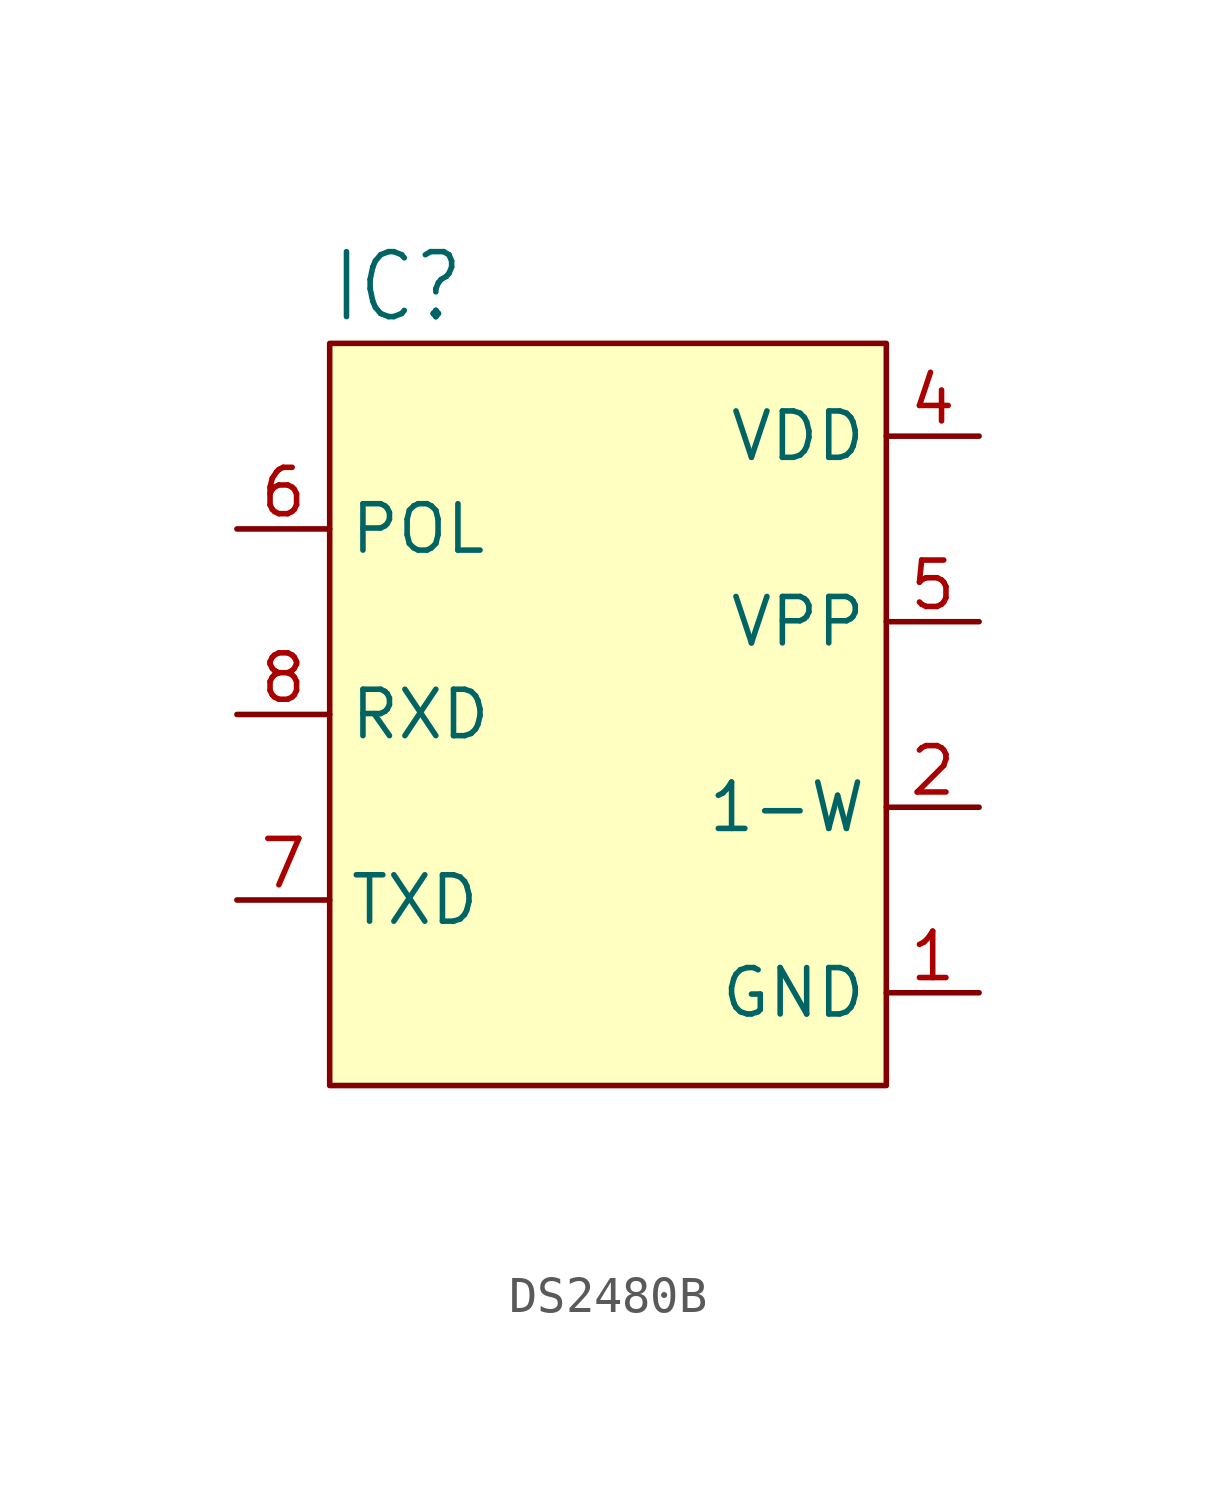
<source format=kicad_sym>
(kicad_symbol_lib
  (version 20231120)
  (generator "kicad_symbol_editor")
  (generator_version "8.0")
  (symbol "DS2480B"
    (property "Reference" "IC"
      (at -7.62 10.668 0)
      (effects (font (size 1.778 1.511)) (justify left bottom)))
    (property "Value" ""
      (at -7.62 -12.446 0)
      (effects (font (size 1.778 1.511)) (justify left bottom)))
    (property "ki_locked" ""
      (at 0 0 0)
      (effects (font (size 1.27 1.27))))
    (symbol "DS2480B_0_1"
      (rectangle (start -7.62 10.16) (end 7.62 -10.16) (stroke (width 0) (type default)) (fill (type background))))
    (symbol "DS2480B_1_0"
      (pin bidirectional line (at 10.16 -7.62 180) (length 2.54) (name "GND" (effects (font (size 1.27 1.27)))) (number "1" (effects (font (size 1.27 1.27)))))
      (pin bidirectional line (at 10.16 -2.54 180) (length 2.54) (name "1-W" (effects (font (size 1.27 1.27)))) (number "2" (effects (font (size 1.27 1.27)))))
      (pin bidirectional line (at 10.16 7.62 180) (length 2.54) (name "VDD" (effects (font (size 1.27 1.27)))) (number "4" (effects (font (size 1.27 1.27)))))
      (pin bidirectional line (at 10.16 2.54 180) (length 2.54) (name "VPP" (effects (font (size 1.27 1.27)))) (number "5" (effects (font (size 1.27 1.27)))))
      (pin bidirectional line (at -10.16 5.08 0) (length 2.54) (name "POL" (effects (font (size 1.27 1.27)))) (number "6" (effects (font (size 1.27 1.27)))))
      (pin bidirectional line (at -10.16 -5.08 0) (length 2.54) (name "TXD" (effects (font (size 1.27 1.27)))) (number "7" (effects (font (size 1.27 1.27)))))
      (pin bidirectional line (at -10.16 0 0) (length 2.54) (name "RXD" (effects (font (size 1.27 1.27)))) (number "8" (effects (font (size 1.27 1.27))))))))
</source>
